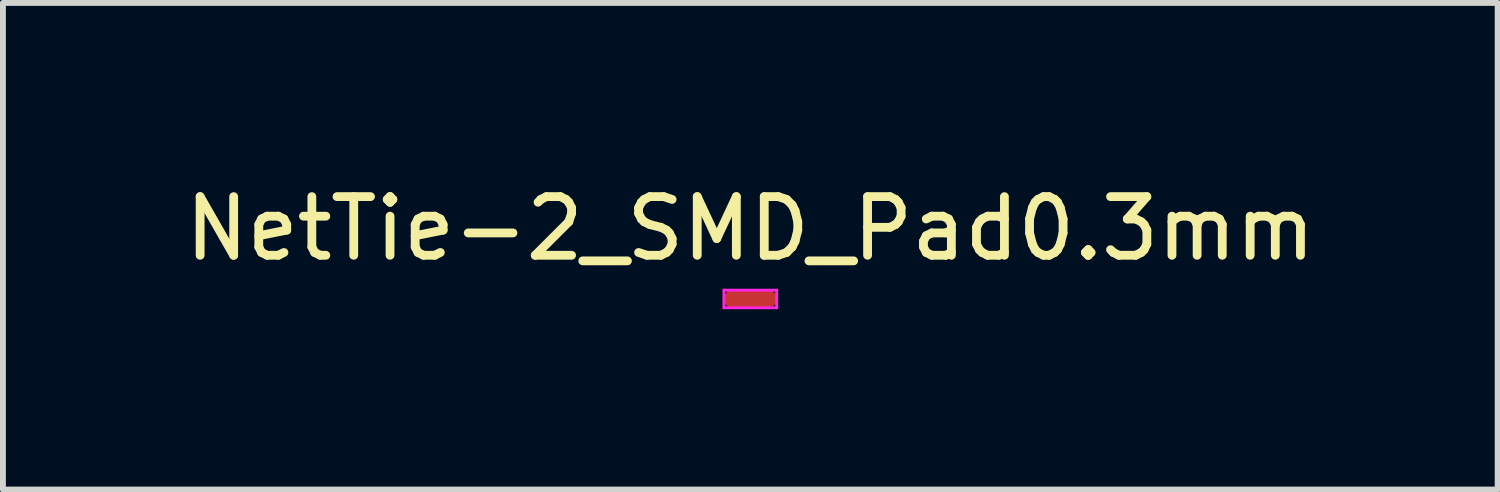
<source format=kicad_pcb>
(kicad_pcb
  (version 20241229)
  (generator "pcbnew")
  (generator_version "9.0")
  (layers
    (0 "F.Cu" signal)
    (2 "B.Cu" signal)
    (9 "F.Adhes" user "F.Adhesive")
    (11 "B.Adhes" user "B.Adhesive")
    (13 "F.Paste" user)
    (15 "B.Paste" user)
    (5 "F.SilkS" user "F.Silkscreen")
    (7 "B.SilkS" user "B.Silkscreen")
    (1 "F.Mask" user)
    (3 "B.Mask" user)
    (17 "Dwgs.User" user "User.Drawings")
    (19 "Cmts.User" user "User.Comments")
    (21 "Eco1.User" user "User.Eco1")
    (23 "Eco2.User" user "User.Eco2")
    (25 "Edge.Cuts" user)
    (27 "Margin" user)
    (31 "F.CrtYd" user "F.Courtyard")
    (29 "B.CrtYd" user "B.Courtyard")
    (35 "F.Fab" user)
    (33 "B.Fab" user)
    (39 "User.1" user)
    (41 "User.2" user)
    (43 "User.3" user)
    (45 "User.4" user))
  (footprint "NetTie-2_SMD_Pad0.3mm"
    (layer "F.Cu")
    (at 9.744 2.048)
    (property "Reference" "NetTie-2_SMD_Pad0.3mm" (at 0 -1.2 0) (layer "F.SilkS") (effects (font (size 1 1) (thickness 0.15))))
    (attr exclude_from_pos_files exclude_from_bom)
    (fp_line (start 0.3 0) (end -0.3 0) (stroke (width 0.3) (type solid)) (layer "F.Cu"))
    (fp_line (start -0.45 -0.15) (end -0.45 0.15) (stroke (width 0.05) (type solid)) (layer "F.CrtYd"))
    (fp_line (start -0.45 0.15) (end 0.45 0.15) (stroke (width 0.05) (type solid)) (layer "F.CrtYd"))
    (fp_line (start 0.45 -0.15) (end -0.45 -0.15) (stroke (width 0.05) (type solid)) (layer "F.CrtYd"))
    (fp_line (start 0.45 0.15) (end 0.45 -0.15) (stroke (width 0.05) (type solid)) (layer "F.CrtYd"))
    (pad "1" smd circle (at -0.3 0) (size 0.3 0.3) (layers "F.Cu"))
    (pad "2" smd circle (at 0.3 0) (size 0.3 0.3) (layers "F.Cu")))
  (gr_rect
    (start -3 -3)
    (end 22.488 5.298)
    (stroke (width 0.1) (type default))
    (fill no)
    (layer "Edge.Cuts")))
</source>
